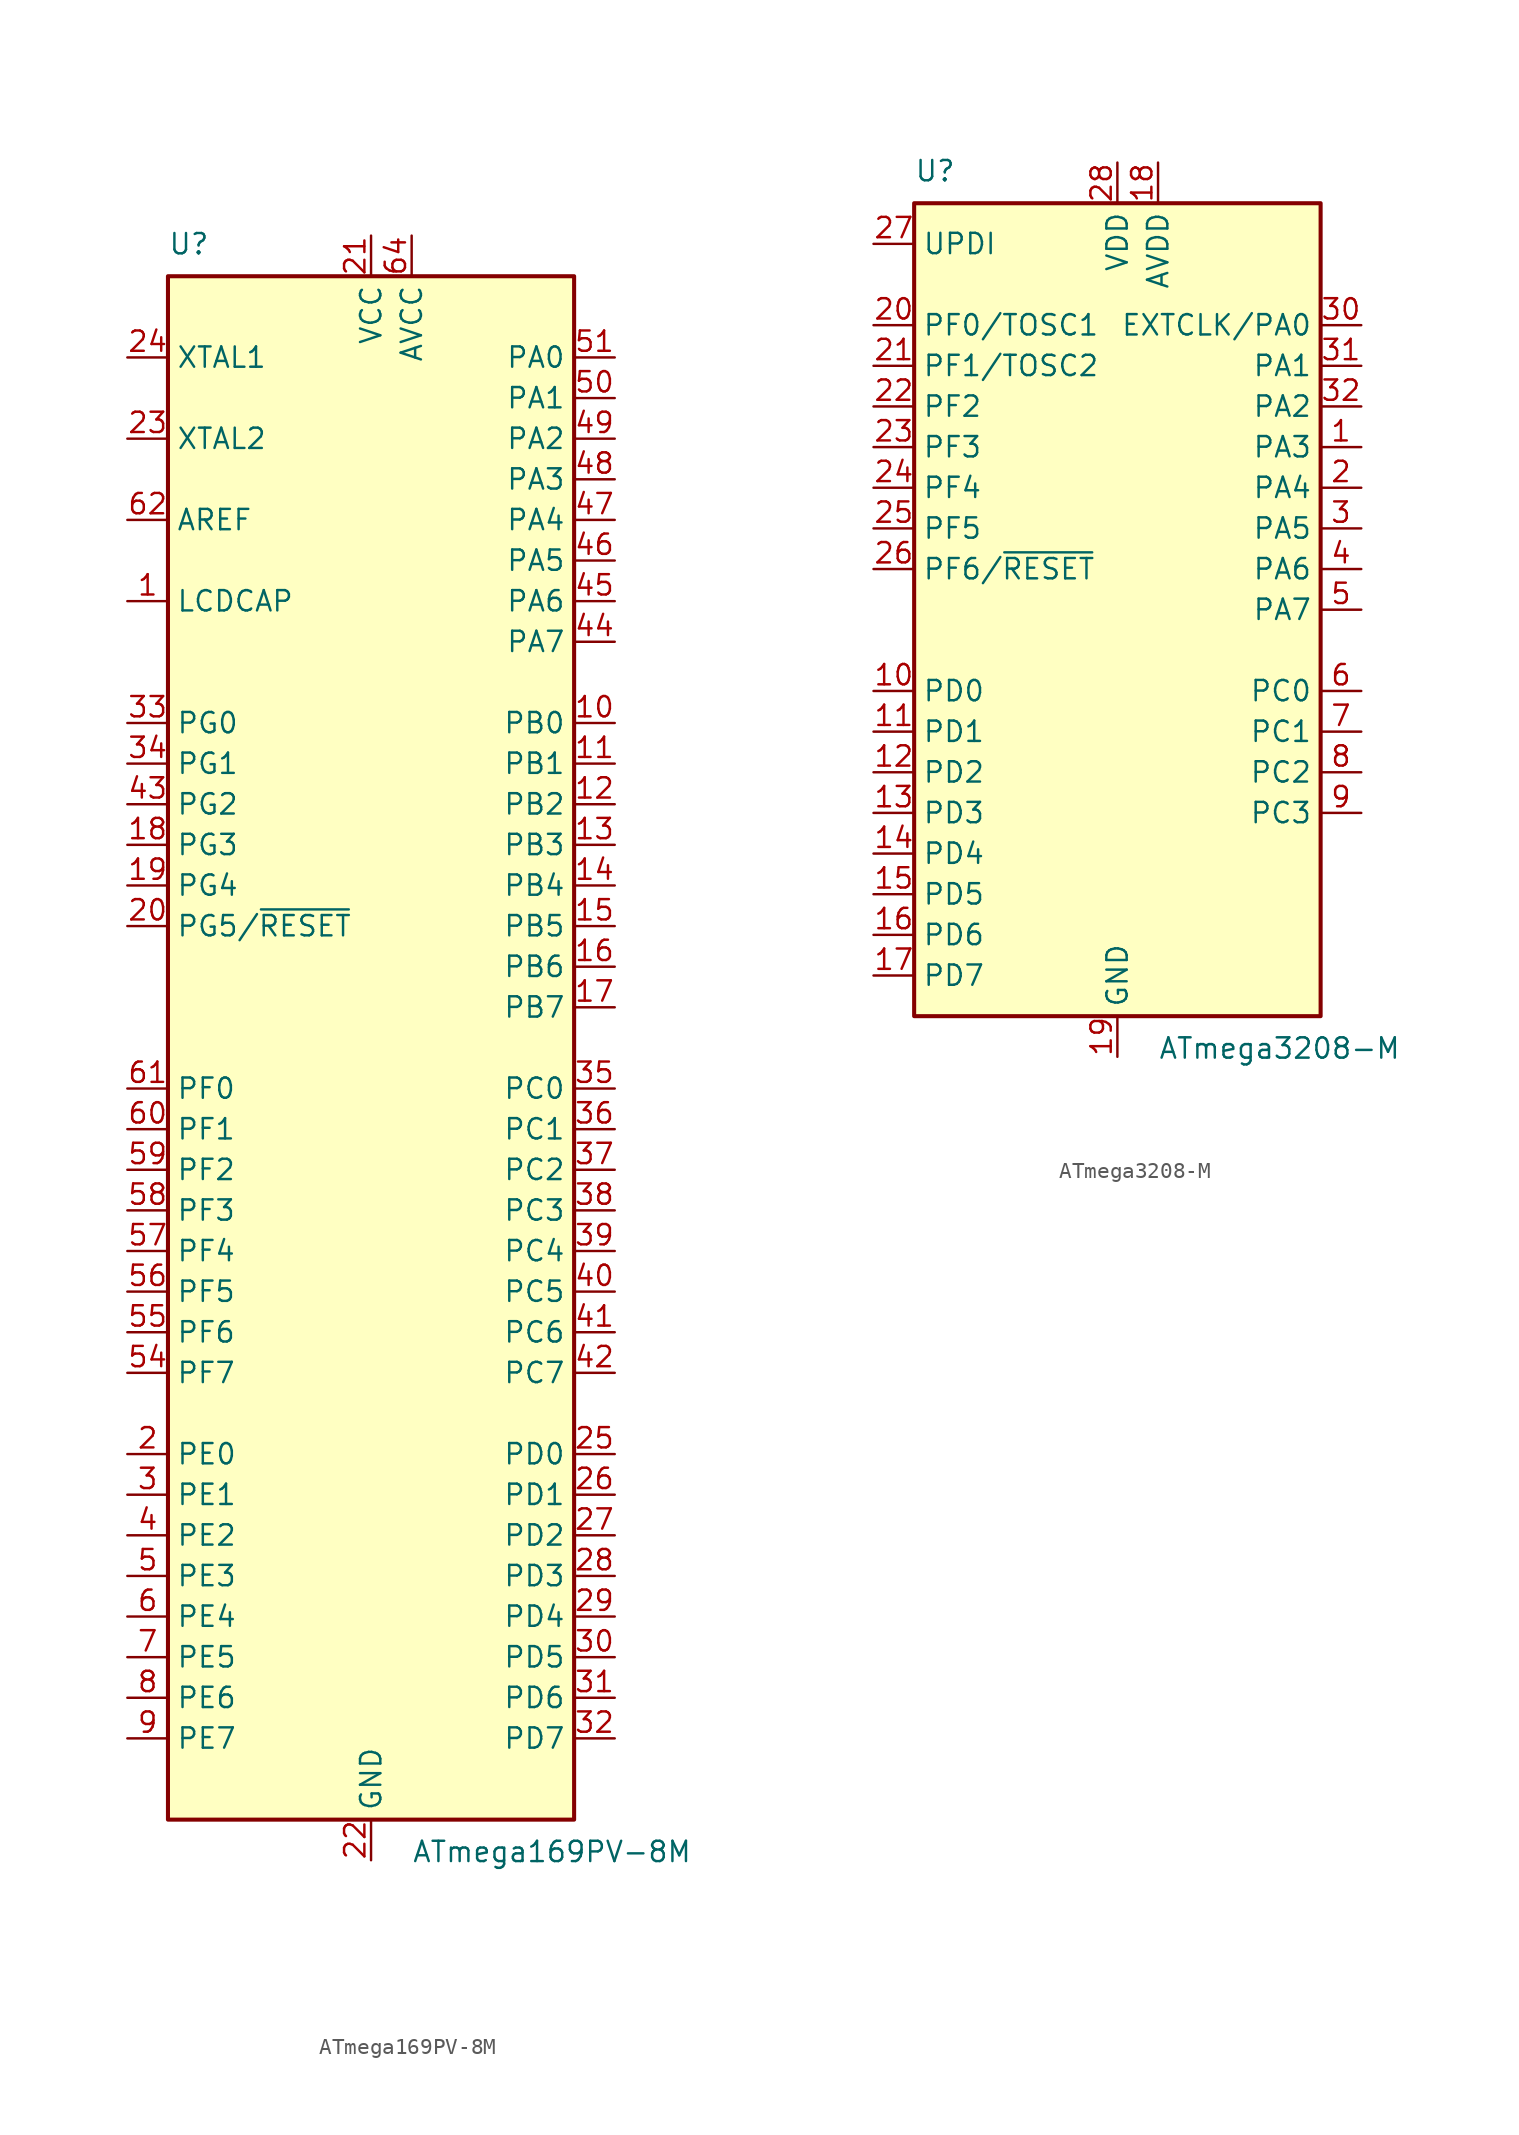
<source format=kicad_sym>
(kicad_symbol_lib
  (version 20241209)
  (generator "kicad_symbol_editor")
  (generator_version "9.0")
  (symbol "ATmega169PV-8M"
    (property "Reference" "U"
      (at -12.7 49.53 0)
      (effects (font (size 1.27 1.27)) (justify left bottom)))
    (property "Value" "ATmega169PV-8M"
      (at 2.54 -49.53 0)
      (effects (font (size 1.27 1.27)) (justify left top)))
    (symbol "ATmega169PV-8M_0_1"
      (rectangle (start -12.7 -48.26) (end 12.7 48.26) (stroke (width 0.254) (type default)) (fill (type background))))
    (symbol "ATmega169PV-8M_1_1"
      (pin input line (at -15.24 43.18 0) (length 2.54) (name "XTAL1" (effects (font (size 1.27 1.27)))) (number "24" (effects (font (size 1.27 1.27)))))
      (pin output line (at -15.24 38.1 0) (length 2.54) (name "XTAL2" (effects (font (size 1.27 1.27)))) (number "23" (effects (font (size 1.27 1.27)))))
      (pin passive line (at -15.24 33.02 0) (length 2.54) (name "AREF" (effects (font (size 1.27 1.27)))) (number "62" (effects (font (size 1.27 1.27)))))
      (pin passive line (at -15.24 27.94 0) (length 2.54) (name "LCDCAP" (effects (font (size 1.27 1.27)))) (number "1" (effects (font (size 1.27 1.27)))))
      (pin bidirectional line (at -15.24 20.32 0) (length 2.54) (name "PG0" (effects (font (size 1.27 1.27)))) (number "33" (effects (font (size 1.27 1.27)))))
      (pin bidirectional line (at -15.24 17.78 0) (length 2.54) (name "PG1" (effects (font (size 1.27 1.27)))) (number "34" (effects (font (size 1.27 1.27)))))
      (pin bidirectional line (at -15.24 15.24 0) (length 2.54) (name "PG2" (effects (font (size 1.27 1.27)))) (number "43" (effects (font (size 1.27 1.27)))))
      (pin bidirectional line (at -15.24 12.7 0) (length 2.54) (name "PG3" (effects (font (size 1.27 1.27)))) (number "18" (effects (font (size 1.27 1.27)))))
      (pin bidirectional line (at -15.24 10.16 0) (length 2.54) (name "PG4" (effects (font (size 1.27 1.27)))) (number "19" (effects (font (size 1.27 1.27)))))
      (pin bidirectional line (at -15.24 7.62 0) (length 2.54) (name "PG5/~{RESET}" (effects (font (size 1.27 1.27)))) (number "20" (effects (font (size 1.27 1.27)))))
      (pin bidirectional line (at -15.24 -2.54 0) (length 2.54) (name "PF0" (effects (font (size 1.27 1.27)))) (number "61" (effects (font (size 1.27 1.27)))))
      (pin bidirectional line (at -15.24 -5.08 0) (length 2.54) (name "PF1" (effects (font (size 1.27 1.27)))) (number "60" (effects (font (size 1.27 1.27)))))
      (pin bidirectional line (at -15.24 -7.62 0) (length 2.54) (name "PF2" (effects (font (size 1.27 1.27)))) (number "59" (effects (font (size 1.27 1.27)))))
      (pin bidirectional line (at -15.24 -10.16 0) (length 2.54) (name "PF3" (effects (font (size 1.27 1.27)))) (number "58" (effects (font (size 1.27 1.27)))))
      (pin bidirectional line (at -15.24 -12.7 0) (length 2.54) (name "PF4" (effects (font (size 1.27 1.27)))) (number "57" (effects (font (size 1.27 1.27)))))
      (pin bidirectional line (at -15.24 -15.24 0) (length 2.54) (name "PF5" (effects (font (size 1.27 1.27)))) (number "56" (effects (font (size 1.27 1.27)))))
      (pin bidirectional line (at -15.24 -17.78 0) (length 2.54) (name "PF6" (effects (font (size 1.27 1.27)))) (number "55" (effects (font (size 1.27 1.27)))))
      (pin bidirectional line (at -15.24 -20.32 0) (length 2.54) (name "PF7" (effects (font (size 1.27 1.27)))) (number "54" (effects (font (size 1.27 1.27)))))
      (pin bidirectional line (at -15.24 -25.4 0) (length 2.54) (name "PE0" (effects (font (size 1.27 1.27)))) (number "2" (effects (font (size 1.27 1.27)))))
      (pin bidirectional line (at -15.24 -27.94 0) (length 2.54) (name "PE1" (effects (font (size 1.27 1.27)))) (number "3" (effects (font (size 1.27 1.27)))))
      (pin bidirectional line (at -15.24 -30.48 0) (length 2.54) (name "PE2" (effects (font (size 1.27 1.27)))) (number "4" (effects (font (size 1.27 1.27)))))
      (pin bidirectional line (at -15.24 -33.02 0) (length 2.54) (name "PE3" (effects (font (size 1.27 1.27)))) (number "5" (effects (font (size 1.27 1.27)))))
      (pin bidirectional line (at -15.24 -35.56 0) (length 2.54) (name "PE4" (effects (font (size 1.27 1.27)))) (number "6" (effects (font (size 1.27 1.27)))))
      (pin bidirectional line (at -15.24 -38.1 0) (length 2.54) (name "PE5" (effects (font (size 1.27 1.27)))) (number "7" (effects (font (size 1.27 1.27)))))
      (pin bidirectional line (at -15.24 -40.64 0) (length 2.54) (name "PE6" (effects (font (size 1.27 1.27)))) (number "8" (effects (font (size 1.27 1.27)))))
      (pin bidirectional line (at -15.24 -43.18 0) (length 2.54) (name "PE7" (effects (font (size 1.27 1.27)))) (number "9" (effects (font (size 1.27 1.27)))))
      (pin power_in line (at 0 50.8 270) (length 2.54) (name "VCC" (effects (font (size 1.27 1.27)))) (number "21" (effects (font (size 1.27 1.27)))))
      (pin passive line (at 0 50.8 270) (length 2.54) (hide yes) (name "VCC" (effects (font (size 1.27 1.27)))) (number "52" (effects (font (size 1.27 1.27)))))
      (pin power_in line (at 0 -50.8 90) (length 2.54) (name "GND" (effects (font (size 1.27 1.27)))) (number "22" (effects (font (size 1.27 1.27)))))
      (pin passive line (at 0 -50.8 90) (length 2.54) (hide yes) (name "GND" (effects (font (size 1.27 1.27)))) (number "53" (effects (font (size 1.27 1.27)))))
      (pin passive line (at 0 -50.8 90) (length 2.54) (hide yes) (name "GND" (effects (font (size 1.27 1.27)))) (number "63" (effects (font (size 1.27 1.27)))))
      (pin passive line (at 0 -50.8 90) (length 2.54) (hide yes) (name "GND" (effects (font (size 1.27 1.27)))) (number "65" (effects (font (size 1.27 1.27)))))
      (pin power_in line (at 2.54 50.8 270) (length 2.54) (name "AVCC" (effects (font (size 1.27 1.27)))) (number "64" (effects (font (size 1.27 1.27)))))
      (pin bidirectional line (at 15.24 43.18 180) (length 2.54) (name "PA0" (effects (font (size 1.27 1.27)))) (number "51" (effects (font (size 1.27 1.27)))))
      (pin bidirectional line (at 15.24 40.64 180) (length 2.54) (name "PA1" (effects (font (size 1.27 1.27)))) (number "50" (effects (font (size 1.27 1.27)))))
      (pin bidirectional line (at 15.24 38.1 180) (length 2.54) (name "PA2" (effects (font (size 1.27 1.27)))) (number "49" (effects (font (size 1.27 1.27)))))
      (pin bidirectional line (at 15.24 35.56 180) (length 2.54) (name "PA3" (effects (font (size 1.27 1.27)))) (number "48" (effects (font (size 1.27 1.27)))))
      (pin bidirectional line (at 15.24 33.02 180) (length 2.54) (name "PA4" (effects (font (size 1.27 1.27)))) (number "47" (effects (font (size 1.27 1.27)))))
      (pin bidirectional line (at 15.24 30.48 180) (length 2.54) (name "PA5" (effects (font (size 1.27 1.27)))) (number "46" (effects (font (size 1.27 1.27)))))
      (pin bidirectional line (at 15.24 27.94 180) (length 2.54) (name "PA6" (effects (font (size 1.27 1.27)))) (number "45" (effects (font (size 1.27 1.27)))))
      (pin bidirectional line (at 15.24 25.4 180) (length 2.54) (name "PA7" (effects (font (size 1.27 1.27)))) (number "44" (effects (font (size 1.27 1.27)))))
      (pin bidirectional line (at 15.24 20.32 180) (length 2.54) (name "PB0" (effects (font (size 1.27 1.27)))) (number "10" (effects (font (size 1.27 1.27)))))
      (pin bidirectional line (at 15.24 17.78 180) (length 2.54) (name "PB1" (effects (font (size 1.27 1.27)))) (number "11" (effects (font (size 1.27 1.27)))))
      (pin bidirectional line (at 15.24 15.24 180) (length 2.54) (name "PB2" (effects (font (size 1.27 1.27)))) (number "12" (effects (font (size 1.27 1.27)))))
      (pin bidirectional line (at 15.24 12.7 180) (length 2.54) (name "PB3" (effects (font (size 1.27 1.27)))) (number "13" (effects (font (size 1.27 1.27)))))
      (pin bidirectional line (at 15.24 10.16 180) (length 2.54) (name "PB4" (effects (font (size 1.27 1.27)))) (number "14" (effects (font (size 1.27 1.27)))))
      (pin bidirectional line (at 15.24 7.62 180) (length 2.54) (name "PB5" (effects (font (size 1.27 1.27)))) (number "15" (effects (font (size 1.27 1.27)))))
      (pin bidirectional line (at 15.24 5.08 180) (length 2.54) (name "PB6" (effects (font (size 1.27 1.27)))) (number "16" (effects (font (size 1.27 1.27)))))
      (pin bidirectional line (at 15.24 2.54 180) (length 2.54) (name "PB7" (effects (font (size 1.27 1.27)))) (number "17" (effects (font (size 1.27 1.27)))))
      (pin bidirectional line (at 15.24 -2.54 180) (length 2.54) (name "PC0" (effects (font (size 1.27 1.27)))) (number "35" (effects (font (size 1.27 1.27)))))
      (pin bidirectional line (at 15.24 -5.08 180) (length 2.54) (name "PC1" (effects (font (size 1.27 1.27)))) (number "36" (effects (font (size 1.27 1.27)))))
      (pin bidirectional line (at 15.24 -7.62 180) (length 2.54) (name "PC2" (effects (font (size 1.27 1.27)))) (number "37" (effects (font (size 1.27 1.27)))))
      (pin bidirectional line (at 15.24 -10.16 180) (length 2.54) (name "PC3" (effects (font (size 1.27 1.27)))) (number "38" (effects (font (size 1.27 1.27)))))
      (pin bidirectional line (at 15.24 -12.7 180) (length 2.54) (name "PC4" (effects (font (size 1.27 1.27)))) (number "39" (effects (font (size 1.27 1.27)))))
      (pin bidirectional line (at 15.24 -15.24 180) (length 2.54) (name "PC5" (effects (font (size 1.27 1.27)))) (number "40" (effects (font (size 1.27 1.27)))))
      (pin bidirectional line (at 15.24 -17.78 180) (length 2.54) (name "PC6" (effects (font (size 1.27 1.27)))) (number "41" (effects (font (size 1.27 1.27)))))
      (pin bidirectional line (at 15.24 -20.32 180) (length 2.54) (name "PC7" (effects (font (size 1.27 1.27)))) (number "42" (effects (font (size 1.27 1.27)))))
      (pin bidirectional line (at 15.24 -25.4 180) (length 2.54) (name "PD0" (effects (font (size 1.27 1.27)))) (number "25" (effects (font (size 1.27 1.27)))))
      (pin bidirectional line (at 15.24 -27.94 180) (length 2.54) (name "PD1" (effects (font (size 1.27 1.27)))) (number "26" (effects (font (size 1.27 1.27)))))
      (pin bidirectional line (at 15.24 -30.48 180) (length 2.54) (name "PD2" (effects (font (size 1.27 1.27)))) (number "27" (effects (font (size 1.27 1.27)))))
      (pin bidirectional line (at 15.24 -33.02 180) (length 2.54) (name "PD3" (effects (font (size 1.27 1.27)))) (number "28" (effects (font (size 1.27 1.27)))))
      (pin bidirectional line (at 15.24 -35.56 180) (length 2.54) (name "PD4" (effects (font (size 1.27 1.27)))) (number "29" (effects (font (size 1.27 1.27)))))
      (pin bidirectional line (at 15.24 -38.1 180) (length 2.54) (name "PD5" (effects (font (size 1.27 1.27)))) (number "30" (effects (font (size 1.27 1.27)))))
      (pin bidirectional line (at 15.24 -40.64 180) (length 2.54) (name "PD6" (effects (font (size 1.27 1.27)))) (number "31" (effects (font (size 1.27 1.27)))))
      (pin bidirectional line (at 15.24 -43.18 180) (length 2.54) (name "PD7" (effects (font (size 1.27 1.27)))) (number "32" (effects (font (size 1.27 1.27)))))))
  (symbol "ATmega3208-M"
    (property "Reference" "U"
      (at -12.7 26.67 0)
      (effects (font (size 1.27 1.27)) (justify left bottom)))
    (property "Value" "ATmega3208-M"
      (at 2.54 -26.67 0)
      (effects (font (size 1.27 1.27)) (justify left top)))
    (symbol "ATmega3208-M_0_1"
      (rectangle (start -12.7 -25.4) (end 12.7 25.4) (stroke (width 0.254) (type default)) (fill (type background))))
    (symbol "ATmega3208-M_1_1"
      (pin bidirectional line (at -15.24 22.86 0) (length 2.54) (name "UPDI" (effects (font (size 1.27 1.27)))) (number "27" (effects (font (size 1.27 1.27)))))
      (pin bidirectional line (at -15.24 17.78 0) (length 2.54) (name "PF0/TOSC1" (effects (font (size 1.27 1.27)))) (number "20" (effects (font (size 1.27 1.27)))))
      (pin bidirectional line (at -15.24 15.24 0) (length 2.54) (name "PF1/TOSC2" (effects (font (size 1.27 1.27)))) (number "21" (effects (font (size 1.27 1.27)))))
      (pin bidirectional line (at -15.24 12.7 0) (length 2.54) (name "PF2" (effects (font (size 1.27 1.27)))) (number "22" (effects (font (size 1.27 1.27)))))
      (pin bidirectional line (at -15.24 10.16 0) (length 2.54) (name "PF3" (effects (font (size 1.27 1.27)))) (number "23" (effects (font (size 1.27 1.27)))))
      (pin bidirectional line (at -15.24 7.62 0) (length 2.54) (name "PF4" (effects (font (size 1.27 1.27)))) (number "24" (effects (font (size 1.27 1.27)))))
      (pin bidirectional line (at -15.24 5.08 0) (length 2.54) (name "PF5" (effects (font (size 1.27 1.27)))) (number "25" (effects (font (size 1.27 1.27)))))
      (pin bidirectional line (at -15.24 2.54 0) (length 2.54) (name "PF6/~{RESET}" (effects (font (size 1.27 1.27)))) (number "26" (effects (font (size 1.27 1.27)))))
      (pin bidirectional line (at -15.24 -5.08 0) (length 2.54) (name "PD0" (effects (font (size 1.27 1.27)))) (number "10" (effects (font (size 1.27 1.27)))))
      (pin bidirectional line (at -15.24 -7.62 0) (length 2.54) (name "PD1" (effects (font (size 1.27 1.27)))) (number "11" (effects (font (size 1.27 1.27)))))
      (pin bidirectional line (at -15.24 -10.16 0) (length 2.54) (name "PD2" (effects (font (size 1.27 1.27)))) (number "12" (effects (font (size 1.27 1.27)))))
      (pin bidirectional line (at -15.24 -12.7 0) (length 2.54) (name "PD3" (effects (font (size 1.27 1.27)))) (number "13" (effects (font (size 1.27 1.27)))))
      (pin bidirectional line (at -15.24 -15.24 0) (length 2.54) (name "PD4" (effects (font (size 1.27 1.27)))) (number "14" (effects (font (size 1.27 1.27)))))
      (pin bidirectional line (at -15.24 -17.78 0) (length 2.54) (name "PD5" (effects (font (size 1.27 1.27)))) (number "15" (effects (font (size 1.27 1.27)))))
      (pin bidirectional line (at -15.24 -20.32 0) (length 2.54) (name "PD6" (effects (font (size 1.27 1.27)))) (number "16" (effects (font (size 1.27 1.27)))))
      (pin bidirectional line (at -15.24 -22.86 0) (length 2.54) (name "PD7" (effects (font (size 1.27 1.27)))) (number "17" (effects (font (size 1.27 1.27)))))
      (pin power_in line (at 0 27.94 270) (length 2.54) (name "VDD" (effects (font (size 1.27 1.27)))) (number "28" (effects (font (size 1.27 1.27)))))
      (pin power_in line (at 0 -27.94 90) (length 2.54) (name "GND" (effects (font (size 1.27 1.27)))) (number "19" (effects (font (size 1.27 1.27)))))
      (pin passive line (at 0 -27.94 90) (length 2.54) (hide yes) (name "GND" (effects (font (size 1.27 1.27)))) (number "29" (effects (font (size 1.27 1.27)))))
      (pin passive line (at 0 -27.94 90) (length 2.54) (hide yes) (name "GND" (effects (font (size 1.27 1.27)))) (number "33" (effects (font (size 1.27 1.27)))))
      (pin power_in line (at 2.54 27.94 270) (length 2.54) (name "AVDD" (effects (font (size 1.27 1.27)))) (number "18" (effects (font (size 1.27 1.27)))))
      (pin bidirectional line (at 15.24 17.78 180) (length 2.54) (name "EXTCLK/PA0" (effects (font (size 1.27 1.27)))) (number "30" (effects (font (size 1.27 1.27)))))
      (pin bidirectional line (at 15.24 15.24 180) (length 2.54) (name "PA1" (effects (font (size 1.27 1.27)))) (number "31" (effects (font (size 1.27 1.27)))))
      (pin bidirectional line (at 15.24 12.7 180) (length 2.54) (name "PA2" (effects (font (size 1.27 1.27)))) (number "32" (effects (font (size 1.27 1.27)))))
      (pin bidirectional line (at 15.24 10.16 180) (length 2.54) (name "PA3" (effects (font (size 1.27 1.27)))) (number "1" (effects (font (size 1.27 1.27)))))
      (pin bidirectional line (at 15.24 7.62 180) (length 2.54) (name "PA4" (effects (font (size 1.27 1.27)))) (number "2" (effects (font (size 1.27 1.27)))))
      (pin bidirectional line (at 15.24 5.08 180) (length 2.54) (name "PA5" (effects (font (size 1.27 1.27)))) (number "3" (effects (font (size 1.27 1.27)))))
      (pin bidirectional line (at 15.24 2.54 180) (length 2.54) (name "PA6" (effects (font (size 1.27 1.27)))) (number "4" (effects (font (size 1.27 1.27)))))
      (pin bidirectional line (at 15.24 0 180) (length 2.54) (name "PA7" (effects (font (size 1.27 1.27)))) (number "5" (effects (font (size 1.27 1.27)))))
      (pin bidirectional line (at 15.24 -5.08 180) (length 2.54) (name "PC0" (effects (font (size 1.27 1.27)))) (number "6" (effects (font (size 1.27 1.27)))))
      (pin bidirectional line (at 15.24 -7.62 180) (length 2.54) (name "PC1" (effects (font (size 1.27 1.27)))) (number "7" (effects (font (size 1.27 1.27)))))
      (pin bidirectional line (at 15.24 -10.16 180) (length 2.54) (name "PC2" (effects (font (size 1.27 1.27)))) (number "8" (effects (font (size 1.27 1.27)))))
      (pin bidirectional line (at 15.24 -12.7 180) (length 2.54) (name "PC3" (effects (font (size 1.27 1.27)))) (number "9" (effects (font (size 1.27 1.27))))))))
</source>
